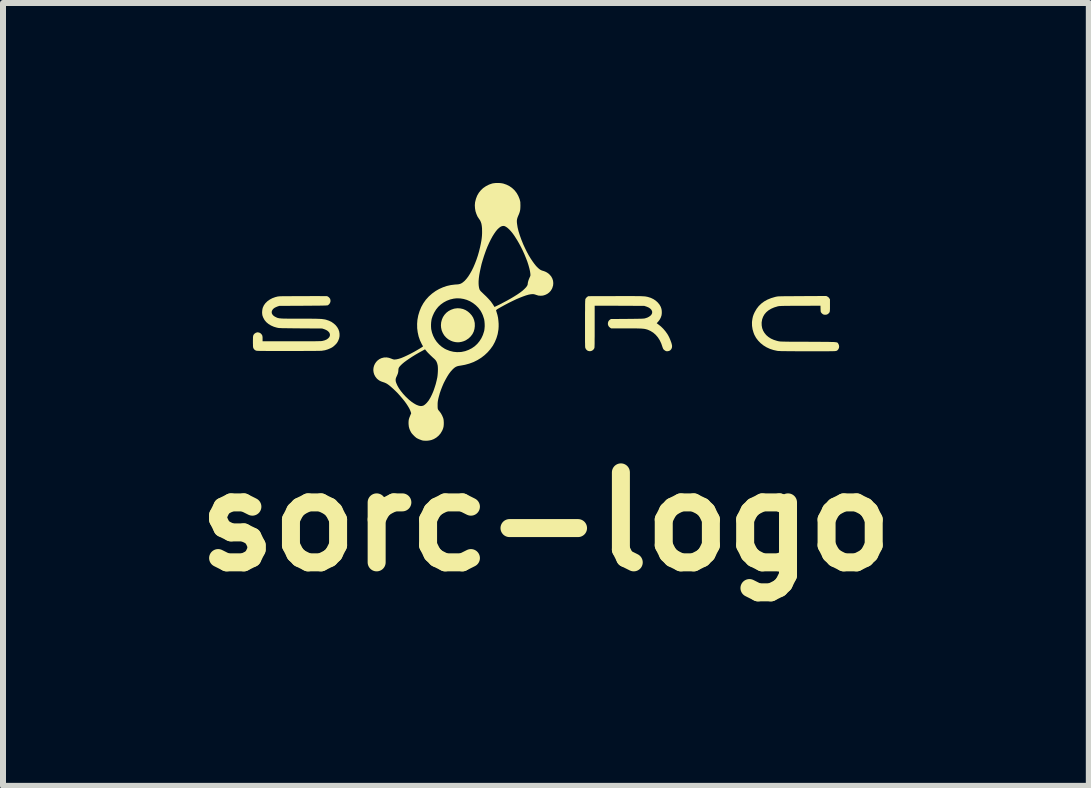
<source format=kicad_pcb>
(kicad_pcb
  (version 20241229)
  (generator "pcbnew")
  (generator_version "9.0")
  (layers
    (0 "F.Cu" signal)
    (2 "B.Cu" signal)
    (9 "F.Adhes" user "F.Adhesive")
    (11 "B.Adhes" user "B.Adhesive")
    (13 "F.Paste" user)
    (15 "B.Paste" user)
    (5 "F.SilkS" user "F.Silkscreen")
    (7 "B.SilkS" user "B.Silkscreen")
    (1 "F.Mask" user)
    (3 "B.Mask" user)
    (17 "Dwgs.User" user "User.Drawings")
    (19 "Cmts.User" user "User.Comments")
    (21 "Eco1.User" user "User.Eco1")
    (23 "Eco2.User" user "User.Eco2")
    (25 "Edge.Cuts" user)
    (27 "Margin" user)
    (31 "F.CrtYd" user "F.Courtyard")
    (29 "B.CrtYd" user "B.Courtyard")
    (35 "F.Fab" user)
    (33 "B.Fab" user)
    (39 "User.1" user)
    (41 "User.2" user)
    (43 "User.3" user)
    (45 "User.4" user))
  (footprint "sorc-logo"
    (layer "F.Cu")
    (at 6.05 2.146)
    (property "Reference" "sorc-logo" (at 0 3.5 0) (layer "F.SilkS") (effects (font (size 1.5 1.5) (thickness 0.3))))
    (attr board_only exclude_from_pos_files exclude_from_bom)
    (fp_poly (pts (xy -1.428 -0.055) (xy -1.382 -0.045) (xy -1.339 -0.027) (xy -1.3 -0.002) (xy -1.269 0.025) (xy -1.237 0.061) (xy -1.213 0.099) (xy -1.197 0.14) (xy -1.187 0.184) (xy -1.186 0.192) (xy -1.185 0.241) (xy -1.191 0.288) (xy -1.204 0.333) (xy -1.225 0.374) (xy -1.253 0.411) (xy -1.287 0.444) (xy -1.327 0.471) (xy -1.345 0.481) (xy -1.377 0.494) (xy -1.41 0.503) (xy -1.445 0.509) (xy -1.477 0.51) (xy -1.503 0.507) (xy -1.512 0.506) (xy -1.525 0.503) (xy -1.534 0.501) (xy -1.55 0.497) (xy -1.569 0.49) (xy -1.586 0.483) (xy -1.628 0.46) (xy -1.664 0.43) (xy -1.695 0.395) (xy -1.719 0.355) (xy -1.737 0.312) (xy -1.747 0.266) (xy -1.75 0.226) (xy -1.746 0.178) (xy -1.734 0.132) (xy -1.716 0.09) (xy -1.691 0.052) (xy -1.66 0.018) (xy -1.624 -0.01) (xy -1.583 -0.032) (xy -1.538 -0.048) (xy -1.522 -0.052) (xy -1.474 -0.058)) (stroke (width 0) (type solid)) (fill yes) (layer "F.SilkS"))
    (fp_poly (pts (xy 1.402 -0.261) (xy 1.449 -0.261) (xy 1.489 -0.26) (xy 1.524 -0.26) (xy 1.555 -0.26) (xy 1.581 -0.259) (xy 1.603 -0.258) (xy 1.622 -0.257) (xy 1.638 -0.256) (xy 1.652 -0.255) (xy 1.665 -0.253) (xy 1.676 -0.251) (xy 1.686 -0.249) (xy 1.696 -0.247) (xy 1.7 -0.246) (xy 1.748 -0.231) (xy 1.792 -0.21) (xy 1.831 -0.184) (xy 1.865 -0.153) (xy 1.893 -0.119) (xy 1.914 -0.082) (xy 1.926 -0.047) (xy 1.93 -0.023) (xy 1.932 0.006) (xy 1.931 0.035) (xy 1.927 0.061) (xy 1.926 0.066) (xy 1.913 0.102) (xy 1.893 0.138) (xy 1.87 0.167) (xy 1.847 0.192) (xy 1.878 0.215) (xy 1.917 0.246) (xy 1.955 0.283) (xy 1.991 0.325) (xy 2.022 0.368) (xy 2.024 0.371) (xy 2.04 0.398) (xy 2.055 0.427) (xy 2.069 0.459) (xy 2.081 0.49) (xy 2.092 0.52) (xy 2.099 0.547) (xy 2.103 0.569) (xy 2.103 0.576) (xy 2.1 0.602) (xy 2.09 0.624) (xy 2.074 0.642) (xy 2.053 0.654) (xy 2.029 0.659) (xy 2.005 0.658) (xy 1.994 0.653) (xy 1.981 0.645) (xy 1.972 0.638) (xy 1.961 0.628) (xy 1.954 0.617) (xy 1.948 0.603) (xy 1.944 0.592) (xy 1.923 0.53) (xy 1.897 0.475) (xy 1.866 0.427) (xy 1.83 0.385) (xy 1.79 0.35) (xy 1.745 0.322) (xy 1.728 0.314) (xy 1.713 0.307) (xy 1.699 0.301) (xy 1.684 0.296) (xy 1.669 0.292) (xy 1.653 0.288) (xy 1.634 0.285) (xy 1.613 0.283) (xy 1.589 0.281) (xy 1.56 0.28) (xy 1.526 0.279) (xy 1.487 0.278) (xy 1.442 0.278) (xy 1.39 0.278) (xy 1.333 0.278) (xy 1.088 0.278) (xy 1.069 0.266) (xy 1.051 0.25) (xy 1.039 0.23) (xy 1.033 0.208) (xy 1.034 0.186) (xy 1.04 0.164) (xy 1.053 0.145) (xy 1.067 0.133) (xy 1.084 0.122) (xy 1.356 0.12) (xy 1.411 0.119) (xy 1.458 0.119) (xy 1.499 0.118) (xy 1.533 0.118) (xy 1.562 0.117) (xy 1.585 0.117) (xy 1.604 0.116) (xy 1.619 0.115) (xy 1.631 0.114) (xy 1.64 0.113) (xy 1.648 0.112) (xy 1.654 0.11) (xy 1.689 0.099) (xy 1.718 0.084) (xy 1.742 0.067) (xy 1.759 0.048) (xy 1.769 0.028) (xy 1.772 0.006) (xy 1.77 -0.006) (xy 1.76 -0.029) (xy 1.742 -0.049) (xy 1.718 -0.067) (xy 1.685 -0.082) (xy 1.673 -0.086) (xy 1.64 -0.097) (xy 1.226 -0.099) (xy 0.813 -0.1) (xy 0.813 0.249) (xy 0.813 0.311) (xy 0.813 0.365) (xy 0.813 0.412) (xy 0.812 0.452) (xy 0.812 0.486) (xy 0.812 0.515) (xy 0.812 0.539) (xy 0.811 0.558) (xy 0.811 0.573) (xy 0.81 0.585) (xy 0.81 0.594) (xy 0.809 0.6) (xy 0.808 0.605) (xy 0.806 0.609) (xy 0.805 0.612) (xy 0.805 0.613) (xy 0.79 0.634) (xy 0.77 0.649) (xy 0.748 0.657) (xy 0.724 0.658) (xy 0.699 0.652) (xy 0.698 0.651) (xy 0.679 0.638) (xy 0.664 0.619) (xy 0.655 0.597) (xy 0.654 0.59) (xy 0.654 0.578) (xy 0.653 0.559) (xy 0.653 0.535) (xy 0.652 0.503) (xy 0.652 0.465) (xy 0.652 0.419) (xy 0.652 0.366) (xy 0.652 0.306) (xy 0.652 0.237) (xy 0.652 0.189) (xy 0.652 0.123) (xy 0.652 0.065) (xy 0.652 0.015) (xy 0.653 -0.029) (xy 0.653 -0.067) (xy 0.653 -0.098) (xy 0.653 -0.125) (xy 0.654 -0.147) (xy 0.654 -0.165) (xy 0.655 -0.179) (xy 0.656 -0.19) (xy 0.656 -0.198) (xy 0.657 -0.205) (xy 0.658 -0.209) (xy 0.659 -0.213) (xy 0.661 -0.216) (xy 0.662 -0.218) (xy 0.671 -0.23) (xy 0.683 -0.243) (xy 0.688 -0.247) (xy 0.706 -0.259) (xy 1.15 -0.26) (xy 1.224 -0.261) (xy 1.291 -0.261) (xy 1.35 -0.261)) (stroke (width 0) (type solid)) (fill yes) (layer "F.SilkS"))
    (fp_poly (pts (xy 4.692 -0.253) (xy 4.712 -0.239) (xy 4.723 -0.225) (xy 4.735 -0.206) (xy 4.735 -0.105) (xy 4.735 -0.072) (xy 4.735 -0.046) (xy 4.734 -0.026) (xy 4.733 -0.011) (xy 4.731 -0.00007) (xy 4.728 0.008) (xy 4.724 0.015) (xy 4.719 0.022) (xy 4.715 0.026) (xy 4.697 0.041) (xy 4.677 0.049) (xy 4.656 0.051) (xy 4.633 0.049) (xy 4.614 0.04) (xy 4.597 0.025) (xy 4.592 0.019) (xy 4.587 0.012) (xy 4.583 0.006) (xy 4.581 -0.001) (xy 4.58 -0.012) (xy 4.579 -0.027) (xy 4.578 -0.048) (xy 4.577 -0.1) (xy 4.236 -0.098) (xy 4.175 -0.098) (xy 4.121 -0.098) (xy 4.075 -0.098) (xy 4.035 -0.097) (xy 4.001 -0.097) (xy 3.973 -0.097) (xy 3.949 -0.096) (xy 3.93 -0.096) (xy 3.914 -0.095) (xy 3.901 -0.094) (xy 3.89 -0.094) (xy 3.882 -0.093) (xy 3.874 -0.091) (xy 3.868 -0.09) (xy 3.861 -0.089) (xy 3.86 -0.088) (xy 3.804 -0.071) (xy 3.754 -0.049) (xy 3.711 -0.023) (xy 3.674 0.008) (xy 3.644 0.043) (xy 3.621 0.083) (xy 3.605 0.126) (xy 3.597 0.173) (xy 3.596 0.182) (xy 3.597 0.229) (xy 3.605 0.274) (xy 3.621 0.316) (xy 3.644 0.355) (xy 3.673 0.39) (xy 3.709 0.421) (xy 3.751 0.448) (xy 3.798 0.469) (xy 3.82 0.476) (xy 3.845 0.484) (xy 3.868 0.49) (xy 3.871 0.49) (xy 3.877 0.492) (xy 3.883 0.493) (xy 3.889 0.494) (xy 3.897 0.495) (xy 3.906 0.496) (xy 3.917 0.497) (xy 3.931 0.497) (xy 3.948 0.498) (xy 3.968 0.498) (xy 3.992 0.499) (xy 4.021 0.499) (xy 4.054 0.5) (xy 4.093 0.5) (xy 4.138 0.5) (xy 4.19 0.5) (xy 4.248 0.501) (xy 4.314 0.501) (xy 4.372 0.501) (xy 4.446 0.502) (xy 4.511 0.502) (xy 4.57 0.502) (xy 4.621 0.503) (xy 4.666 0.503) (xy 4.705 0.503) (xy 4.738 0.504) (xy 4.766 0.505) (xy 4.79 0.505) (xy 4.809 0.506) (xy 4.825 0.508) (xy 4.837 0.509) (xy 4.847 0.511) (xy 4.854 0.513) (xy 4.859 0.516) (xy 4.863 0.518) (xy 4.866 0.522) (xy 4.869 0.525) (xy 4.871 0.53) (xy 4.874 0.534) (xy 4.875 0.535) (xy 4.885 0.558) (xy 4.888 0.581) (xy 4.885 0.604) (xy 4.875 0.625) (xy 4.86 0.643) (xy 4.847 0.651) (xy 4.844 0.652) (xy 4.841 0.653) (xy 4.837 0.654) (xy 4.832 0.655) (xy 4.825 0.656) (xy 4.816 0.657) (xy 4.804 0.657) (xy 4.789 0.658) (xy 4.771 0.658) (xy 4.748 0.658) (xy 4.721 0.659) (xy 4.688 0.659) (xy 4.65 0.659) (xy 4.607 0.659) (xy 4.556 0.659) (xy 4.499 0.659) (xy 4.435 0.659) (xy 4.363 0.659) (xy 4.288 0.659) (xy 4.22 0.659) (xy 4.16 0.659) (xy 4.106 0.658) (xy 4.06 0.658) (xy 4.019 0.658) (xy 3.984 0.657) (xy 3.954 0.657) (xy 3.929 0.657) (xy 3.908 0.656) (xy 3.891 0.655) (xy 3.878 0.655) (xy 3.867 0.654) (xy 3.859 0.653) (xy 3.858 0.653) (xy 3.794 0.639) (xy 3.733 0.619) (xy 3.677 0.593) (xy 3.625 0.561) (xy 3.579 0.524) (xy 3.538 0.482) (xy 3.503 0.436) (xy 3.475 0.385) (xy 3.462 0.352) (xy 3.445 0.294) (xy 3.436 0.236) (xy 3.435 0.178) (xy 3.437 0.155) (xy 3.443 0.115) (xy 3.451 0.079) (xy 3.463 0.045) (xy 3.48 0.008) (xy 3.481 0.006) (xy 3.511 -0.046) (xy 3.547 -0.093) (xy 3.59 -0.135) (xy 3.638 -0.171) (xy 3.692 -0.201) (xy 3.753 -0.226) (xy 3.82 -0.246) (xy 3.847 -0.252) (xy 3.853 -0.253) (xy 3.861 -0.254) (xy 3.87 -0.255) (xy 3.882 -0.256) (xy 3.897 -0.256) (xy 3.916 -0.257) (xy 3.938 -0.257) (xy 3.965 -0.258) (xy 3.997 -0.258) (xy 4.035 -0.259) (xy 4.078 -0.259) (xy 4.128 -0.259) (xy 4.185 -0.26) (xy 4.25 -0.26) (xy 4.276 -0.26) (xy 4.673 -0.262)) (stroke (width 0) (type solid)) (fill yes) (layer "F.SilkS"))
    (fp_poly (pts (xy -3.8 -0.261) (xy -3.76 -0.26) (xy -3.725 -0.26) (xy -3.696 -0.26) (xy -3.674 -0.26) (xy -3.658 -0.26) (xy -3.65 -0.259) (xy -3.65 -0.259) (xy -3.636 -0.254) (xy -3.621 -0.243) (xy -3.608 -0.23) (xy -3.598 -0.216) (xy -3.596 -0.213) (xy -3.591 -0.189) (xy -3.592 -0.165) (xy -3.601 -0.142) (xy -3.615 -0.123) (xy -3.634 -0.108) (xy -3.637 -0.107) (xy -3.641 -0.106) (xy -3.646 -0.105) (xy -3.654 -0.105) (xy -3.665 -0.104) (xy -3.678 -0.103) (xy -3.696 -0.103) (xy -3.717 -0.102) (xy -3.744 -0.102) (xy -3.775 -0.101) (xy -3.812 -0.101) (xy -3.856 -0.101) (xy -3.906 -0.1) (xy -3.963 -0.1) (xy -4.028 -0.1) (xy -4.045 -0.099) (xy -4.443 -0.097) (xy -4.472 -0.088) (xy -4.501 -0.076) (xy -4.524 -0.064) (xy -4.543 -0.049) (xy -4.55 -0.042) (xy -4.564 -0.021) (xy -4.571 0.001) (xy -4.57 0.023) (xy -4.561 0.043) (xy -4.545 0.063) (xy -4.522 0.08) (xy -4.505 0.089) (xy -4.495 0.094) (xy -4.486 0.098) (xy -4.477 0.102) (xy -4.467 0.105) (xy -4.456 0.107) (xy -4.443 0.11) (xy -4.428 0.111) (xy -4.41 0.113) (xy -4.389 0.114) (xy -4.363 0.115) (xy -4.333 0.115) (xy -4.297 0.116) (xy -4.255 0.116) (xy -4.206 0.116) (xy -4.151 0.116) (xy -4.097 0.116) (xy -4.032 0.116) (xy -3.976 0.116) (xy -3.926 0.116) (xy -3.883 0.117) (xy -3.846 0.117) (xy -3.814 0.118) (xy -3.787 0.119) (xy -3.763 0.12) (xy -3.743 0.121) (xy -3.726 0.123) (xy -3.711 0.125) (xy -3.697 0.127) (xy -3.684 0.129) (xy -3.672 0.132) (xy -3.667 0.133) (xy -3.619 0.149) (xy -3.576 0.169) (xy -3.539 0.195) (xy -3.506 0.224) (xy -3.48 0.256) (xy -3.46 0.291) (xy -3.446 0.329) (xy -3.44 0.368) (xy -3.44 0.408) (xy -3.448 0.448) (xy -3.463 0.485) (xy -3.473 0.504) (xy -3.484 0.521) (xy -3.497 0.537) (xy -3.514 0.554) (xy -3.532 0.571) (xy -3.548 0.584) (xy -3.564 0.595) (xy -3.585 0.606) (xy -3.591 0.609) (xy -3.636 0.628) (xy -3.681 0.642) (xy -3.73 0.65) (xy -3.736 0.651) (xy -3.745 0.652) (xy -3.762 0.652) (xy -3.787 0.653) (xy -3.819 0.653) (xy -3.858 0.654) (xy -3.903 0.654) (xy -3.955 0.654) (xy -4.012 0.654) (xy -4.074 0.655) (xy -4.141 0.655) (xy -4.213 0.655) (xy -4.289 0.655) (xy -4.296 0.655) (xy -4.372 0.655) (xy -4.441 0.655) (xy -4.503 0.655) (xy -4.558 0.655) (xy -4.606 0.655) (xy -4.648 0.655) (xy -4.684 0.654) (xy -4.715 0.654) (xy -4.741 0.654) (xy -4.763 0.654) (xy -4.781 0.653) (xy -4.796 0.653) (xy -4.808 0.652) (xy -4.817 0.651) (xy -4.823 0.651) (xy -4.829 0.65) (xy -4.832 0.649) (xy -4.835 0.648) (xy -4.837 0.647) (xy -4.857 0.634) (xy -4.872 0.616) (xy -4.88 0.598) (xy -4.881 0.588) (xy -4.883 0.572) (xy -4.883 0.55) (xy -4.884 0.525) (xy -4.884 0.499) (xy -4.884 0.473) (xy -4.883 0.448) (xy -4.883 0.427) (xy -4.881 0.41) (xy -4.88 0.401) (xy -4.87 0.38) (xy -4.854 0.363) (xy -4.833 0.35) (xy -4.81 0.344) (xy -4.803 0.344) (xy -4.78 0.348) (xy -4.758 0.359) (xy -4.741 0.375) (xy -4.729 0.395) (xy -4.727 0.401) (xy -4.725 0.412) (xy -4.723 0.429) (xy -4.723 0.448) (xy -4.723 0.455) (xy -4.723 0.493) (xy -4.239 0.493) (xy -4.165 0.493) (xy -4.098 0.493) (xy -4.038 0.493) (xy -3.986 0.493) (xy -3.94 0.493) (xy -3.899 0.493) (xy -3.865 0.493) (xy -3.835 0.492) (xy -3.81 0.492) (xy -3.789 0.491) (xy -3.772 0.491) (xy -3.758 0.49) (xy -3.747 0.49) (xy -3.738 0.489) (xy -3.731 0.488) (xy -3.725 0.487) (xy -3.725 0.487) (xy -3.687 0.477) (xy -3.655 0.463) (xy -3.63 0.445) (xy -3.612 0.425) (xy -3.607 0.416) (xy -3.6 0.394) (xy -3.601 0.372) (xy -3.61 0.35) (xy -3.626 0.331) (xy -3.648 0.313) (xy -3.678 0.298) (xy -3.696 0.291) (xy -3.73 0.28) (xy -4.086 0.278) (xy -4.149 0.277) (xy -4.204 0.277) (xy -4.252 0.276) (xy -4.293 0.276) (xy -4.329 0.275) (xy -4.359 0.275) (xy -4.384 0.275) (xy -4.404 0.274) (xy -4.422 0.273) (xy -4.436 0.273) (xy -4.447 0.272) (xy -4.456 0.271) (xy -4.464 0.27) (xy -4.471 0.268) (xy -4.478 0.267) (xy -4.48 0.267) (xy -4.535 0.251) (xy -4.583 0.23) (xy -4.625 0.204) (xy -4.661 0.174) (xy -4.69 0.139) (xy -4.712 0.099) (xy -4.725 0.065) (xy -4.729 0.041) (xy -4.731 0.013) (xy -4.729 -0.017) (xy -4.725 -0.045) (xy -4.719 -0.068) (xy -4.701 -0.107) (xy -4.675 -0.143) (xy -4.643 -0.174) (xy -4.604 -0.202) (xy -4.561 -0.225) (xy -4.512 -0.243) (xy -4.484 -0.25) (xy -4.478 -0.252) (xy -4.471 -0.253) (xy -4.464 -0.254) (xy -4.456 -0.255) (xy -4.446 -0.256) (xy -4.434 -0.257) (xy -4.419 -0.257) (xy -4.401 -0.258) (xy -4.379 -0.258) (xy -4.352 -0.259) (xy -4.321 -0.259) (xy -4.285 -0.259) (xy -4.242 -0.259) (xy -4.193 -0.26) (xy -4.136 -0.26) (xy -4.072 -0.26) (xy -4.055 -0.26) (xy -3.998 -0.26) (xy -3.944 -0.26) (xy -3.892 -0.261) (xy -3.844 -0.261)) (stroke (width 0) (type solid)) (fill yes) (layer "F.SilkS"))
    (fp_poly (pts (xy -0.773 -2.145) (xy -0.742 -2.142) (xy -0.715 -2.137) (xy -0.71 -2.136) (xy -0.655 -2.117) (xy -0.606 -2.092) (xy -0.561 -2.06) (xy -0.521 -2.022) (xy -0.487 -1.978) (xy -0.46 -1.93) (xy -0.438 -1.876) (xy -0.435 -1.863) (xy -0.431 -1.849) (xy -0.428 -1.835) (xy -0.426 -1.82) (xy -0.426 -1.802) (xy -0.425 -1.778) (xy -0.425 -1.766) (xy -0.426 -1.732) (xy -0.428 -1.703) (xy -0.433 -1.677) (xy -0.44 -1.652) (xy -0.45 -1.625) (xy -0.462 -1.598) (xy -0.473 -1.57) (xy -0.48 -1.546) (xy -0.484 -1.521) (xy -0.484 -1.494) (xy -0.481 -1.464) (xy -0.472 -1.406) (xy -0.457 -1.343) (xy -0.435 -1.273) (xy -0.408 -1.198) (xy -0.403 -1.186) (xy -0.377 -1.121) (xy -0.348 -1.059) (xy -0.318 -0.998) (xy -0.287 -0.941) (xy -0.255 -0.888) (xy -0.223 -0.84) (xy -0.192 -0.797) (xy -0.162 -0.76) (xy -0.132 -0.73) (xy -0.115 -0.715) (xy -0.096 -0.701) (xy -0.077 -0.691) (xy -0.056 -0.683) (xy -0.05 -0.682) (xy -0.013 -0.669) (xy 0.018 -0.653) (xy 0.045 -0.634) (xy 0.061 -0.619) (xy 0.088 -0.588) (xy 0.107 -0.553) (xy 0.119 -0.516) (xy 0.123 -0.477) (xy 0.12 -0.438) (xy 0.108 -0.399) (xy 0.101 -0.382) (xy 0.08 -0.348) (xy 0.054 -0.32) (xy 0.023 -0.297) (xy -0.012 -0.28) (xy -0.049 -0.269) (xy -0.087 -0.266) (xy -0.126 -0.269) (xy -0.155 -0.278) (xy -0.179 -0.286) (xy -0.197 -0.291) (xy -0.213 -0.293) (xy -0.229 -0.293) (xy -0.248 -0.291) (xy -0.252 -0.291) (xy -0.289 -0.284) (xy -0.331 -0.272) (xy -0.379 -0.255) (xy -0.433 -0.234) (xy -0.49 -0.21) (xy -0.551 -0.181) (xy -0.616 -0.149) (xy -0.683 -0.114) (xy -0.752 -0.076) (xy -0.782 -0.059) (xy -0.803 -0.047) (xy -0.817 -0.037) (xy -0.826 -0.03) (xy -0.83 -0.025) (xy -0.831 -0.023) (xy -0.829 -0.015) (xy -0.825 -0.002) (xy -0.82 0.013) (xy -0.82 0.015) (xy -0.808 0.054) (xy -0.798 0.1) (xy -0.792 0.149) (xy -0.788 0.2) (xy -0.788 0.25) (xy -0.791 0.297) (xy -0.792 0.302) (xy -0.804 0.373) (xy -0.824 0.44) (xy -0.851 0.505) (xy -0.884 0.566) (xy -0.925 0.623) (xy -0.971 0.676) (xy -1.022 0.724) (xy -1.079 0.768) (xy -1.14 0.806) (xy -1.206 0.839) (xy -1.276 0.865) (xy -1.349 0.885) (xy -1.42 0.898) (xy -1.453 0.903) (xy -1.48 0.91) (xy -1.503 0.92) (xy -1.524 0.934) (xy -1.546 0.953) (xy -1.557 0.964) (xy -1.587 0.997) (xy -1.617 1.037) (xy -1.646 1.083) (xy -1.675 1.135) (xy -1.703 1.189) (xy -1.728 1.247) (xy -1.751 1.306) (xy -1.771 1.365) (xy -1.774 1.378) (xy -1.785 1.416) (xy -1.793 1.448) (xy -1.799 1.477) (xy -1.803 1.503) (xy -1.805 1.53) (xy -1.805 1.558) (xy -1.805 1.559) (xy -1.805 1.585) (xy -1.804 1.604) (xy -1.802 1.619) (xy -1.797 1.632) (xy -1.789 1.644) (xy -1.778 1.657) (xy -1.773 1.663) (xy -1.75 1.694) (xy -1.73 1.73) (xy -1.714 1.768) (xy -1.714 1.768) (xy -1.709 1.784) (xy -1.706 1.799) (xy -1.704 1.815) (xy -1.703 1.834) (xy -1.702 1.853) (xy -1.703 1.887) (xy -1.706 1.915) (xy -1.712 1.94) (xy -1.721 1.965) (xy -1.731 1.987) (xy -1.757 2.03) (xy -1.789 2.067) (xy -1.826 2.098) (xy -1.868 2.123) (xy -1.906 2.138) (xy -1.936 2.145) (xy -1.971 2.15) (xy -2.007 2.151) (xy -2.041 2.149) (xy -2.059 2.146) (xy -2.075 2.141) (xy -2.096 2.133) (xy -2.117 2.125) (xy -2.127 2.12) (xy -2.146 2.111) (xy -2.161 2.102) (xy -2.174 2.091) (xy -2.19 2.077) (xy -2.204 2.063) (xy -2.222 2.044) (xy -2.236 2.028) (xy -2.247 2.012) (xy -2.256 1.995) (xy -2.259 1.99) (xy -2.275 1.953) (xy -2.285 1.916) (xy -2.289 1.878) (xy -2.29 1.855) (xy -2.289 1.828) (xy -2.287 1.806) (xy -2.282 1.784) (xy -2.274 1.761) (xy -2.263 1.734) (xy -2.263 1.733) (xy -2.246 1.694) (xy -2.253 1.67) (xy -2.264 1.641) (xy -2.28 1.608) (xy -2.302 1.571) (xy -2.328 1.531) (xy -2.358 1.49) (xy -2.392 1.448) (xy -2.429 1.405) (xy -2.467 1.362) (xy -2.508 1.321) (xy -2.549 1.282) (xy -2.574 1.26) (xy -2.603 1.235) (xy -2.628 1.216) (xy -2.65 1.201) (xy -2.671 1.19) (xy -2.692 1.181) (xy -2.713 1.174) (xy -2.75 1.161) (xy -2.781 1.145) (xy -2.786 1.141) (xy -2.505 1.141) (xy -2.503 1.161) (xy -2.496 1.185) (xy -2.494 1.19) (xy -2.476 1.231) (xy -2.451 1.275) (xy -2.419 1.321) (xy -2.382 1.367) (xy -2.339 1.414) (xy -2.326 1.426) (xy -2.284 1.466) (xy -2.242 1.5) (xy -2.201 1.528) (xy -2.163 1.55) (xy -2.128 1.564) (xy -2.11 1.569) (xy -2.085 1.573) (xy -2.064 1.571) (xy -2.043 1.565) (xy -2.037 1.562) (xy -2.022 1.552) (xy -2.004 1.537) (xy -1.985 1.518) (xy -1.967 1.496) (xy -1.95 1.474) (xy -1.947 1.468) (xy -1.922 1.426) (xy -1.898 1.377) (xy -1.875 1.323) (xy -1.855 1.265) (xy -1.836 1.205) (xy -1.821 1.144) (xy -1.81 1.093) (xy -1.806 1.063) (xy -1.803 1.03) (xy -1.801 0.995) (xy -1.8 0.961) (xy -1.801 0.929) (xy -1.803 0.902) (xy -1.805 0.891) (xy -1.813 0.859) (xy -1.824 0.832) (xy -1.839 0.808) (xy -1.859 0.787) (xy -1.869 0.778) (xy -1.885 0.764) (xy -1.905 0.745) (xy -1.926 0.725) (xy -1.948 0.703) (xy -1.968 0.683) (xy -1.985 0.664) (xy -1.998 0.648) (xy -2.002 0.644) (xy -2.015 0.627) (xy -2.053 0.648) (xy -2.115 0.682) (xy -2.174 0.716) (xy -2.229 0.75) (xy -2.279 0.783) (xy -2.324 0.814) (xy -2.363 0.843) (xy -2.395 0.87) (xy -2.415 0.889) (xy -2.434 0.909) (xy -2.447 0.926) (xy -2.455 0.942) (xy -2.458 0.958) (xy -2.459 0.969) (xy -2.461 0.997) (xy -2.466 1.024) (xy -2.477 1.053) (xy -2.487 1.075) (xy -2.498 1.1) (xy -2.504 1.121) (xy -2.505 1.141) (xy -2.786 1.141) (xy -2.808 1.124) (xy -2.822 1.11) (xy -2.846 1.078) (xy -2.863 1.044) (xy -2.873 1.009) (xy -2.877 0.972) (xy -2.874 0.936) (xy -2.865 0.901) (xy -2.85 0.868) (xy -2.83 0.838) (xy -2.805 0.812) (xy -2.775 0.79) (xy -2.741 0.774) (xy -2.702 0.764) (xy -2.695 0.763) (xy -2.655 0.762) (xy -2.615 0.769) (xy -2.578 0.782) (xy -2.558 0.79) (xy -2.542 0.795) (xy -2.528 0.797) (xy -2.521 0.797) (xy -2.491 0.794) (xy -2.456 0.786) (xy -2.414 0.773) (xy -2.368 0.754) (xy -2.316 0.73) (xy -2.259 0.702) (xy -2.197 0.669) (xy -2.164 0.65) (xy -2.128 0.629) (xy -2.099 0.612) (xy -2.077 0.598) (xy -2.061 0.588) (xy -2.052 0.581) (xy -2.049 0.578) (xy -2.049 0.577) (xy -2.051 0.572) (xy -2.057 0.562) (xy -2.065 0.548) (xy -2.07 0.539) (xy -2.099 0.478) (xy -2.122 0.412) (xy -2.137 0.344) (xy -2.146 0.274) (xy -2.146 0.247) (xy -1.915 0.247) (xy -1.913 0.278) (xy -1.912 0.291) (xy -1.899 0.348) (xy -1.879 0.403) (xy -1.852 0.456) (xy -1.819 0.504) (xy -1.78 0.547) (xy -1.735 0.586) (xy -1.686 0.618) (xy -1.657 0.632) (xy -1.6 0.654) (xy -1.542 0.668) (xy -1.482 0.674) (xy -1.423 0.672) (xy -1.404 0.67) (xy -1.344 0.657) (xy -1.288 0.636) (xy -1.235 0.609) (xy -1.187 0.576) (xy -1.144 0.536) (xy -1.107 0.491) (xy -1.075 0.441) (xy -1.05 0.387) (xy -1.031 0.328) (xy -1.027 0.311) (xy -1.023 0.278) (xy -1.02 0.241) (xy -1.021 0.201) (xy -1.024 0.163) (xy -1.029 0.129) (xy -1.034 0.112) (xy -1.052 0.057) (xy -1.075 0.009) (xy -1.091 -0.019) (xy -1.127 -0.066) (xy -1.169 -0.108) (xy -1.215 -0.144) (xy -1.265 -0.174) (xy -1.318 -0.197) (xy -1.374 -0.213) (xy -1.431 -0.222) (xy -1.49 -0.223) (xy -1.536 -0.218) (xy -1.596 -0.204) (xy -1.652 -0.183) (xy -1.704 -0.155) (xy -1.752 -0.121) (xy -1.795 -0.081) (xy -1.832 -0.035) (xy -1.863 0.016) (xy -1.888 0.071) (xy -1.904 0.119) (xy -1.909 0.146) (xy -1.913 0.178) (xy -1.915 0.212) (xy -1.915 0.247) (xy -2.146 0.247) (xy -2.147 0.203) (xy -2.142 0.137) (xy -2.128 0.062) (xy -2.106 -0.01) (xy -2.078 -0.078) (xy -2.043 -0.141) (xy -2.001 -0.2) (xy -1.952 -0.254) (xy -1.898 -0.302) (xy -1.837 -0.346) (xy -1.779 -0.379) (xy -1.716 -0.407) (xy -1.652 -0.429) (xy -1.585 -0.444) (xy -1.513 -0.453) (xy -1.493 -0.454) (xy -1.465 -0.456) (xy -1.444 -0.46) (xy -1.426 -0.465) (xy -1.423 -0.467) (xy -1.122 -0.467) (xy -1.12 -0.435) (xy -1.116 -0.407) (xy -1.111 -0.386) (xy -1.105 -0.368) (xy -1.096 -0.354) (xy -1.085 -0.34) (xy -1.072 -0.328) (xy -1.032 -0.289) (xy -0.997 -0.256) (xy -0.967 -0.225) (xy -0.942 -0.198) (xy -0.92 -0.173) (xy -0.902 -0.148) (xy -0.886 -0.125) (xy -0.878 -0.113) (xy -0.857 -0.079) (xy -0.834 -0.09) (xy -0.823 -0.095) (xy -0.807 -0.103) (xy -0.786 -0.113) (xy -0.762 -0.125) (xy -0.736 -0.138) (xy -0.728 -0.143) (xy -0.654 -0.182) (xy -0.586 -0.22) (xy -0.526 -0.256) (xy -0.472 -0.29) (xy -0.426 -0.322) (xy -0.386 -0.353) (xy -0.355 -0.382) (xy -0.33 -0.408) (xy -0.313 -0.432) (xy -0.304 -0.454) (xy -0.303 -0.467) (xy -0.3 -0.487) (xy -0.294 -0.512) (xy -0.285 -0.538) (xy -0.274 -0.565) (xy -0.273 -0.567) (xy -0.265 -0.584) (xy -0.26 -0.596) (xy -0.258 -0.606) (xy -0.258 -0.616) (xy -0.259 -0.63) (xy -0.259 -0.632) (xy -0.265 -0.675) (xy -0.276 -0.723) (xy -0.291 -0.777) (xy -0.309 -0.833) (xy -0.332 -0.893) (xy -0.357 -0.954) (xy -0.385 -1.016) (xy -0.415 -1.077) (xy -0.447 -1.137) (xy -0.48 -1.194) (xy -0.515 -1.249) (xy -0.521 -1.259) (xy -0.553 -1.304) (xy -0.584 -1.342) (xy -0.614 -1.374) (xy -0.642 -1.399) (xy -0.668 -1.417) (xy -0.692 -1.428) (xy -0.711 -1.43) (xy -0.734 -1.426) (xy -0.758 -1.415) (xy -0.783 -1.396) (xy -0.81 -1.37) (xy -0.837 -1.337) (xy -0.864 -1.298) (xy -0.892 -1.253) (xy -0.919 -1.203) (xy -0.946 -1.148) (xy -0.973 -1.088) (xy -0.999 -1.023) (xy -1.023 -0.955) (xy -1.032 -0.929) (xy -1.053 -0.862) (xy -1.072 -0.797) (xy -1.087 -0.732) (xy -1.1 -0.671) (xy -1.111 -0.613) (xy -1.118 -0.559) (xy -1.122 -0.51) (xy -1.122 -0.467) (xy -1.423 -0.467) (xy -1.409 -0.473) (xy -1.392 -0.484) (xy -1.386 -0.488) (xy -1.356 -0.513) (xy -1.326 -0.546) (xy -1.296 -0.585) (xy -1.266 -0.632) (xy -1.237 -0.683) (xy -1.209 -0.74) (xy -1.183 -0.801) (xy -1.158 -0.866) (xy -1.135 -0.934) (xy -1.115 -1.004) (xy -1.097 -1.077) (xy -1.085 -1.134) (xy -1.076 -1.182) (xy -1.07 -1.225) (xy -1.066 -1.265) (xy -1.064 -1.307) (xy -1.064 -1.343) (xy -1.065 -1.391) (xy -1.069 -1.431) (xy -1.075 -1.466) (xy -1.085 -1.496) (xy -1.098 -1.524) (xy -1.115 -1.548) (xy -1.14 -1.586) (xy -1.159 -1.63) (xy -1.174 -1.676) (xy -1.182 -1.725) (xy -1.185 -1.774) (xy -1.181 -1.822) (xy -1.18 -1.827) (xy -1.166 -1.883) (xy -1.146 -1.935) (xy -1.118 -1.983) (xy -1.084 -2.025) (xy -1.045 -2.062) (xy -0.999 -2.093) (xy -0.948 -2.119) (xy -0.893 -2.138) (xy -0.891 -2.138) (xy -0.868 -2.142) (xy -0.838 -2.145) (xy -0.806 -2.146)) (stroke (width 0) (type solid)) (fill yes) (layer "F.SilkS")))
  (gr_rect
    (start -3 -3)
    (end 15.1 10.05)
    (stroke (width 0.1) (type default))
    (fill no)
    (layer "Edge.Cuts")))
</source>
